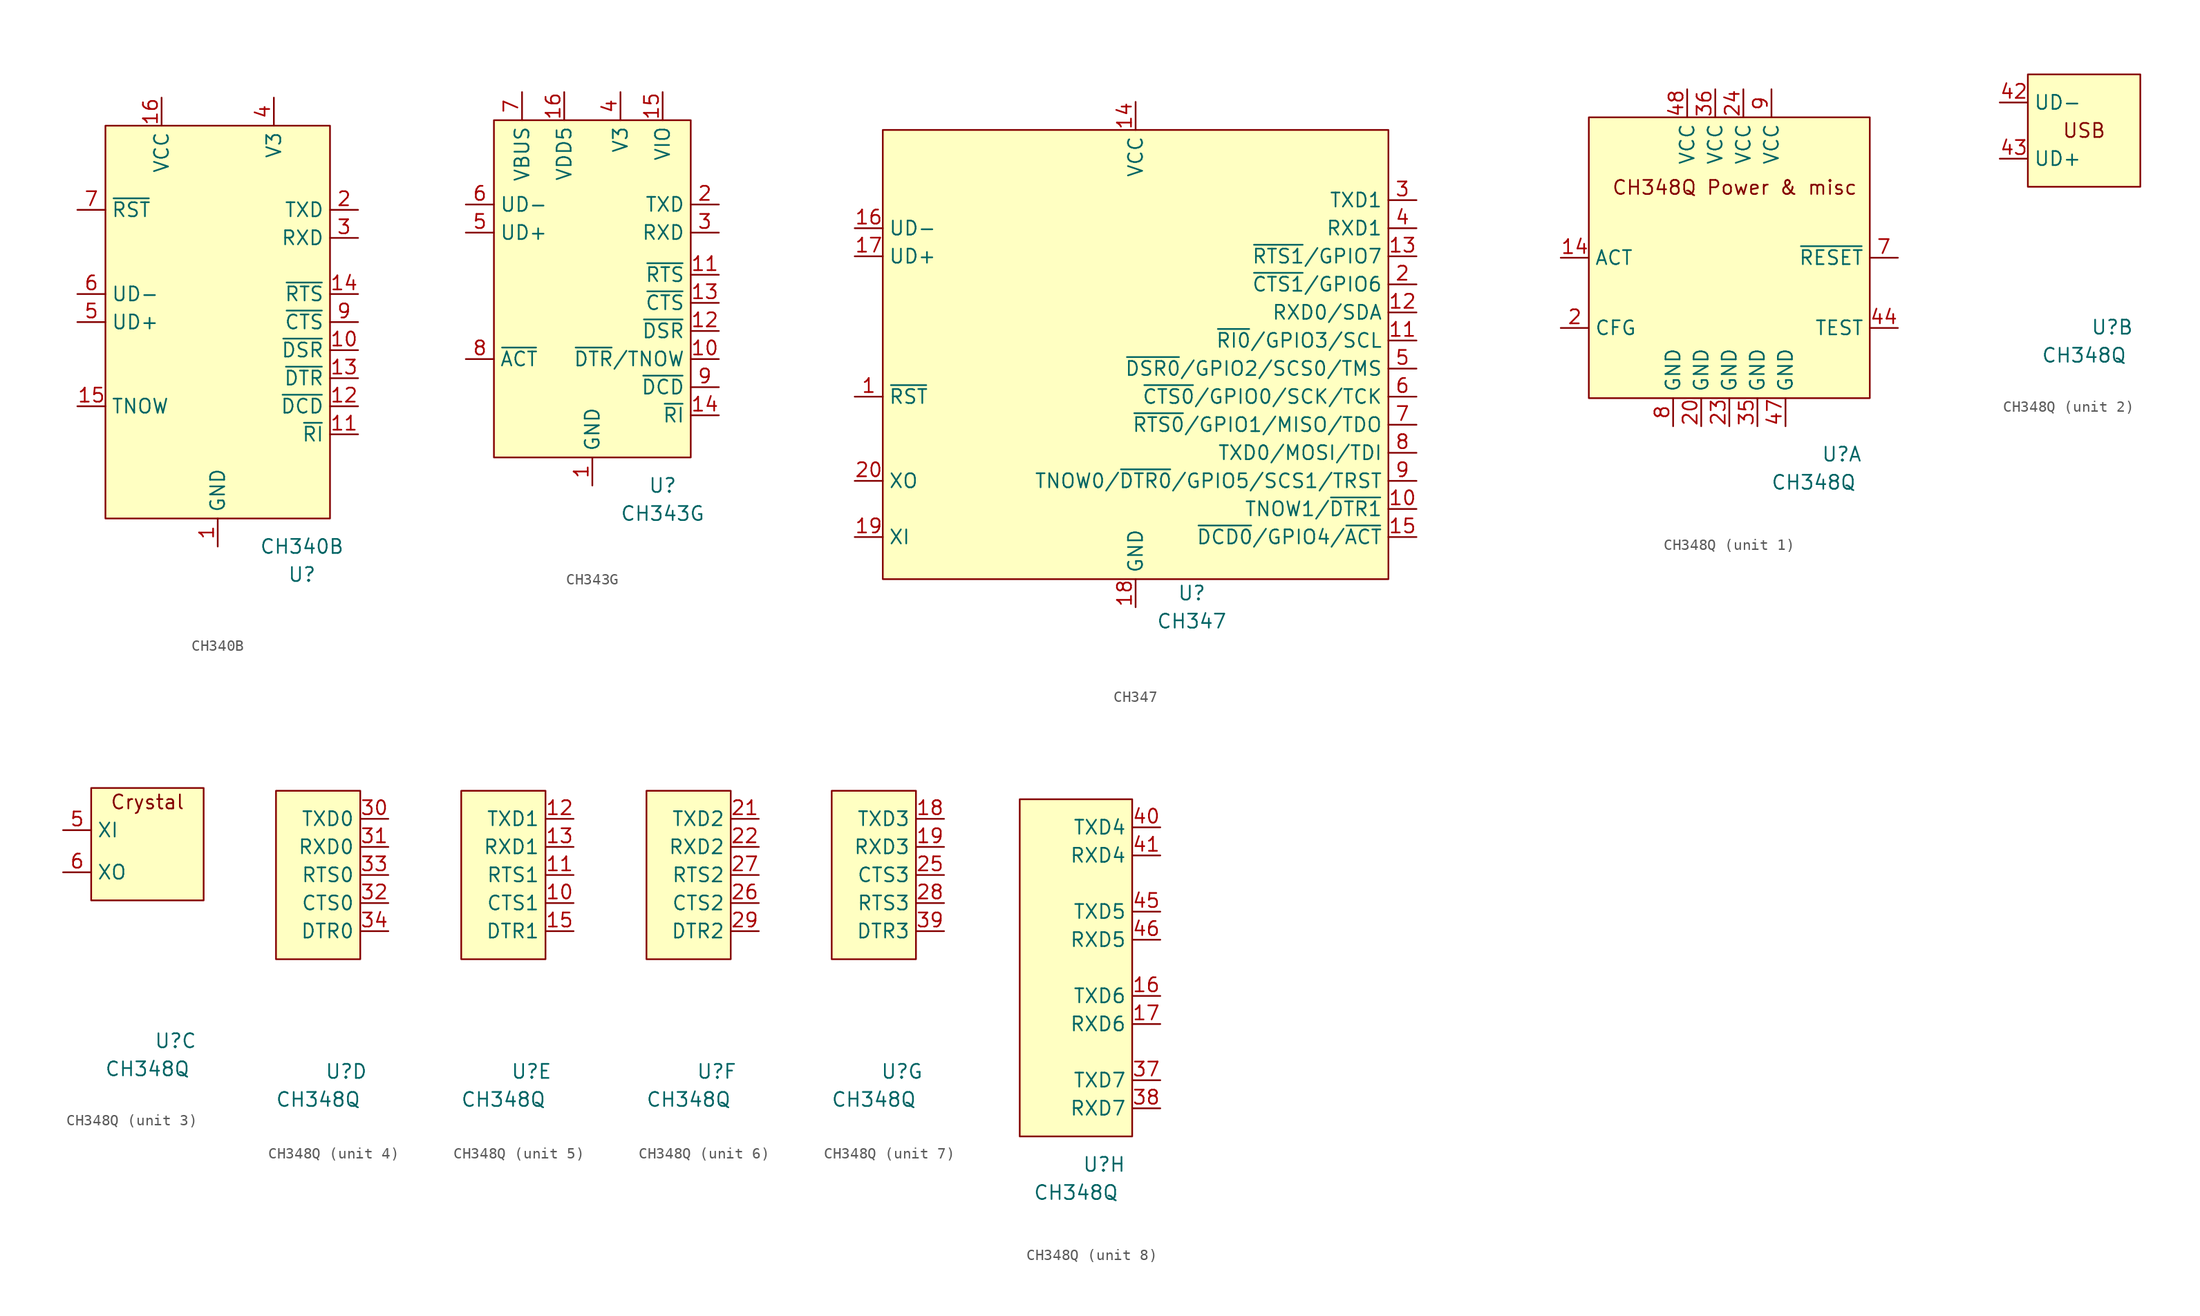
<source format=kicad_sym>
(kicad_symbol_lib
  (version 20211014)
  (generator kicad_symbol_editor)
  (symbol "CH340B"
    (property "Reference" "U"
      (at 7.62 -43.18 0)
      (effects (font (size 1.27 1.27))))
    (property "Value" "CH340B"
      (at 7.62 -40.64 0)
      (effects (font (size 1.27 1.27))))
    (symbol "CH340B_0_1"
      (rectangle (start -10.16 -2.54) (end 10.16 -38.1) (stroke (width 0.152) (type default) (color 0 0 0 0)) (fill (type background))))
    (symbol "CH340B_1_1"
      (pin passive line (at 0 -40.64 90) (length 2.54) (name "GND" (effects (font (size 1.27 1.27)))) (number "1" (effects (font (size 1.27 1.27)))))
      (pin input line (at 12.7 -22.86 180) (length 2.54) (name "~{DSR}" (effects (font (size 1.27 1.27)))) (number "10" (effects (font (size 1.27 1.27)))))
      (pin input line (at 12.7 -30.48 180) (length 2.54) (name "~{RI}" (effects (font (size 1.27 1.27)))) (number "11" (effects (font (size 1.27 1.27)))))
      (pin input line (at 12.7 -27.94 180) (length 2.54) (name "~{DCD}" (effects (font (size 1.27 1.27)))) (number "12" (effects (font (size 1.27 1.27)))))
      (pin output line (at 12.7 -25.4 180) (length 2.54) (name "~{DTR}" (effects (font (size 1.27 1.27)))) (number "13" (effects (font (size 1.27 1.27)))))
      (pin output line (at 12.7 -17.78 180) (length 2.54) (name "~{RTS}" (effects (font (size 1.27 1.27)))) (number "14" (effects (font (size 1.27 1.27)))))
      (pin output line (at -12.7 -27.94 0) (length 2.54) (name "TNOW" (effects (font (size 1.27 1.27)))) (number "15" (effects (font (size 1.27 1.27)))))
      (pin power_in line (at -5.08 0 270) (length 2.54) (name "VCC" (effects (font (size 1.27 1.27)))) (number "16" (effects (font (size 1.27 1.27)))))
      (pin output line (at 12.7 -10.16 180) (length 2.54) (name "TXD" (effects (font (size 1.27 1.27)))) (number "2" (effects (font (size 1.27 1.27)))))
      (pin input line (at 12.7 -12.7 180) (length 2.54) (name "RXD" (effects (font (size 1.27 1.27)))) (number "3" (effects (font (size 1.27 1.27)))))
      (pin power_out line (at 5.08 0 270) (length 2.54) (name "V3" (effects (font (size 1.27 1.27)))) (number "4" (effects (font (size 1.27 1.27)))) (alternate "V3" power_in line))
      (pin bidirectional line (at -12.7 -20.32 0) (length 2.54) (name "UD+" (effects (font (size 1.27 1.27)))) (number "5" (effects (font (size 1.27 1.27)))))
      (pin bidirectional line (at -12.7 -17.78 0) (length 2.54) (name "UD-" (effects (font (size 1.27 1.27)))) (number "6" (effects (font (size 1.27 1.27)))))
      (pin input line (at -12.7 -10.16 0) (length 2.54) (name "~{RST}" (effects (font (size 1.27 1.27)))) (number "7" (effects (font (size 1.27 1.27)))))
      (pin no_connect line (at 0 -20.32 90) (length 2.54) hide (name "NC" (effects (font (size 1.27 1.27)))) (number "8" (effects (font (size 1.27 1.27)))))
      (pin input line (at 12.7 -20.32 180) (length 2.54) (name "~{CTS}" (effects (font (size 1.27 1.27)))) (number "9" (effects (font (size 1.27 1.27)))))))
  (symbol "CH343G"
    (property "Reference" "U"
      (at 6.35 -17.78 0)
      (effects (font (size 1.27 1.27))))
    (property "Value" "CH343G"
      (at 6.35 -20.32 0)
      (effects (font (size 1.27 1.27))))
    (symbol "CH343G_0_1"
      (rectangle (start -8.89 15.24) (end 8.89 -15.24) (stroke (width 0.152) (type default) (color 0 0 0 0)) (fill (type background))))
    (symbol "CH343G_1_1"
      (pin passive line (at 0 -17.78 90) (length 2.54) (name "GND" (effects (font (size 1.27 1.27)))) (number "1" (effects (font (size 1.27 1.27)))))
      (pin output line (at 11.43 -6.35 180) (length 2.54) (name "~{DTR}/TNOW" (effects (font (size 1.27 1.27)))) (number "10" (effects (font (size 1.27 1.27)))))
      (pin output line (at 11.43 1.27 180) (length 2.54) (name "~{RTS}" (effects (font (size 1.27 1.27)))) (number "11" (effects (font (size 1.27 1.27)))))
      (pin input line (at 11.43 -3.81 180) (length 2.54) (name "~{DSR}" (effects (font (size 1.27 1.27)))) (number "12" (effects (font (size 1.27 1.27)))))
      (pin input line (at 11.43 -1.27 180) (length 2.54) (name "~{CTS}" (effects (font (size 1.27 1.27)))) (number "13" (effects (font (size 1.27 1.27)))))
      (pin input line (at 11.43 -11.43 180) (length 2.54) (name "~{RI}" (effects (font (size 1.27 1.27)))) (number "14" (effects (font (size 1.27 1.27)))))
      (pin power_in line (at 6.35 17.78 270) (length 2.54) (name "VIO" (effects (font (size 1.27 1.27)))) (number "15" (effects (font (size 1.27 1.27)))))
      (pin power_in line (at -2.54 17.78 270) (length 2.54) (name "VDD5" (effects (font (size 1.27 1.27)))) (number "16" (effects (font (size 1.27 1.27)))))
      (pin output line (at 11.43 7.62 180) (length 2.54) (name "TXD" (effects (font (size 1.27 1.27)))) (number "2" (effects (font (size 1.27 1.27)))))
      (pin input line (at 11.43 5.08 180) (length 2.54) (name "RXD" (effects (font (size 1.27 1.27)))) (number "3" (effects (font (size 1.27 1.27)))))
      (pin power_in line (at 2.54 17.78 270) (length 2.54) (name "V3" (effects (font (size 1.27 1.27)))) (number "4" (effects (font (size 1.27 1.27)))) (alternate "V3" power_out line))
      (pin bidirectional line (at -11.43 5.08 0) (length 2.54) (name "UD+" (effects (font (size 1.27 1.27)))) (number "5" (effects (font (size 1.27 1.27)))))
      (pin bidirectional line (at -11.43 7.62 0) (length 2.54) (name "UD-" (effects (font (size 1.27 1.27)))) (number "6" (effects (font (size 1.27 1.27)))))
      (pin input line (at -6.35 17.78 270) (length 2.54) (name "VBUS" (effects (font (size 1.27 1.27)))) (number "7" (effects (font (size 1.27 1.27)))))
      (pin output line (at -11.43 -6.35 0) (length 2.54) (name "~{ACT}" (effects (font (size 1.27 1.27)))) (number "8" (effects (font (size 1.27 1.27)))))
      (pin input line (at 11.43 -8.89 180) (length 2.54) (name "~{DCD}" (effects (font (size 1.27 1.27)))) (number "9" (effects (font (size 1.27 1.27)))))))
  (symbol "CH347"
    (property "Reference" "U"
      (at 5.08 -17.78 0)
      (effects (font (size 1.27 1.27))))
    (property "Value" "CH347"
      (at 5.08 -20.32 0)
      (effects (font (size 1.27 1.27))))
    (symbol "CH347_0_0"
      (rectangle (start -22.86 24.13) (end 22.86 -16.51) (stroke (width 0.152) (type default) (color 0 0 0 0)) (fill (type background))))
    (symbol "CH347_1_1"
      (pin passive line (at -25.4 0 0) (length 2.54) (name "~{RST}" (effects (font (size 1.27 1.27)))) (number "1" (effects (font (size 1.27 1.27)))))
      (pin bidirectional line (at 25.4 -10.16 180) (length 2.54) (name "TNOW1/~{DTR1}" (effects (font (size 1.27 1.27)))) (number "10" (effects (font (size 1.27 1.27)))))
      (pin bidirectional line (at 25.4 5.08 180) (length 2.54) (name "~{RI0}/GPIO3/SCL" (effects (font (size 1.27 1.27)))) (number "11" (effects (font (size 1.27 1.27)))))
      (pin bidirectional line (at 25.4 7.62 180) (length 2.54) (name "RXD0/SDA" (effects (font (size 1.27 1.27)))) (number "12" (effects (font (size 1.27 1.27)))))
      (pin bidirectional line (at 25.4 12.7 180) (length 2.54) (name "~{RTS1}/GPIO7" (effects (font (size 1.27 1.27)))) (number "13" (effects (font (size 1.27 1.27)))))
      (pin power_in line (at 0 26.67 270) (length 2.54) (name "VCC" (effects (font (size 1.27 1.27)))) (number "14" (effects (font (size 1.27 1.27)))))
      (pin bidirectional line (at 25.4 -12.7 180) (length 2.54) (name "~{DCD0}/GPIO4/~{ACT}" (effects (font (size 1.27 1.27)))) (number "15" (effects (font (size 1.27 1.27)))))
      (pin bidirectional line (at -25.4 15.24 0) (length 2.54) (name "UD-" (effects (font (size 1.27 1.27)))) (number "16" (effects (font (size 1.27 1.27)))))
      (pin bidirectional line (at -25.4 12.7 0) (length 2.54) (name "UD+" (effects (font (size 1.27 1.27)))) (number "17" (effects (font (size 1.27 1.27)))))
      (pin passive line (at 0 -19.05 90) (length 2.54) (name "GND" (effects (font (size 1.27 1.27)))) (number "18" (effects (font (size 1.27 1.27)))))
      (pin input line (at -25.4 -12.7 0) (length 2.54) (name "XI" (effects (font (size 1.27 1.27)))) (number "19" (effects (font (size 1.27 1.27)))))
      (pin bidirectional line (at 25.4 10.16 180) (length 2.54) (name "~{CTS1}/GPIO6" (effects (font (size 1.27 1.27)))) (number "2" (effects (font (size 1.27 1.27)))))
      (pin output line (at -25.4 -7.62 0) (length 2.54) (name "XO" (effects (font (size 1.27 1.27)))) (number "20" (effects (font (size 1.27 1.27)))))
      (pin output line (at 25.4 17.78 180) (length 2.54) (name "TXD1" (effects (font (size 1.27 1.27)))) (number "3" (effects (font (size 1.27 1.27)))))
      (pin output line (at 25.4 15.24 180) (length 2.54) (name "RXD1" (effects (font (size 1.27 1.27)))) (number "4" (effects (font (size 1.27 1.27)))))
      (pin bidirectional line (at 25.4 2.54 180) (length 2.54) (name "~{DSR0}/GPIO2/SCS0/TMS" (effects (font (size 1.27 1.27)))) (number "5" (effects (font (size 1.27 1.27)))))
      (pin bidirectional line (at 25.4 0 180) (length 2.54) (name "~{CTS0}/GPIO0/SCK/TCK" (effects (font (size 1.27 1.27)))) (number "6" (effects (font (size 1.27 1.27)))))
      (pin bidirectional line (at 25.4 -2.54 180) (length 2.54) (name "~{RTS0}/GPIO1/MISO/TDO" (effects (font (size 1.27 1.27)))) (number "7" (effects (font (size 1.27 1.27)))))
      (pin bidirectional line (at 25.4 -5.08 180) (length 2.54) (name "TXD0/MOSI/TDI" (effects (font (size 1.27 1.27)))) (number "8" (effects (font (size 1.27 1.27)))))
      (pin bidirectional line (at 25.4 -7.62 180) (length 2.54) (name "TNOW0/~{DTR0}/GPIO5/SCS1/TRST" (effects (font (size 1.27 1.27)))) (number "9" (effects (font (size 1.27 1.27)))))))
  (symbol "CH348Q"
    (property "Reference" "U"
      (at 2.54 -17.78 0)
      (effects (font (size 1.27 1.27))))
    (property "Value" "CH348Q"
      (at 0 -20.32 0)
      (effects (font (size 1.27 1.27))))
    (property "ki_locked" ""
      (at 0 0 0)
      (effects (font (size 1.27 1.27))))
    (symbol "CH348Q_1_1"
      (rectangle (start -20.32 12.7) (end 5.08 -12.7) (stroke (width 0.152) (type default) (color 0 0 0 0)) (fill (type background)))
      (text " CH348Q Power & misc" (at -7.62 6.35 0) (effects (font (size 1.27 1.27))))
      (pin no_connect line (at -7.62 2.54 0) (length 2.54) hide (name "NC" (effects (font (size 1.27 1.27)))) (number "1" (effects (font (size 1.27 1.27)))))
      (pin output line (at -22.86 0 0) (length 2.54) (name "ACT" (effects (font (size 1.27 1.27)))) (number "14" (effects (font (size 1.27 1.27)))))
      (pin input line (at -22.86 -6.35 0) (length 2.54) (name "CFG" (effects (font (size 1.27 1.27)))) (number "2" (effects (font (size 1.27 1.27)))))
      (pin passive line (at -10.16 -15.24 90) (length 2.54) (name "GND" (effects (font (size 1.27 1.27)))) (number "20" (effects (font (size 1.27 1.27)))))
      (pin passive line (at -7.62 -15.24 90) (length 2.54) (name "GND" (effects (font (size 1.27 1.27)))) (number "23" (effects (font (size 1.27 1.27)))))
      (pin power_in line (at -6.35 15.24 270) (length 2.54) (name "VCC" (effects (font (size 1.27 1.27)))) (number "24" (effects (font (size 1.27 1.27)))))
      (pin no_connect line (at -7.62 -2.54 0) (length 2.54) hide (name "NC" (effects (font (size 1.27 1.27)))) (number "3" (effects (font (size 1.27 1.27)))))
      (pin passive line (at -5.08 -15.24 90) (length 2.54) (name "GND" (effects (font (size 1.27 1.27)))) (number "35" (effects (font (size 1.27 1.27)))))
      (pin power_in line (at -8.89 15.24 270) (length 2.54) (name "VCC" (effects (font (size 1.27 1.27)))) (number "36" (effects (font (size 1.27 1.27)))))
      (pin no_connect line (at -7.62 -5.08 0) (length 2.54) hide (name "NC" (effects (font (size 1.27 1.27)))) (number "4" (effects (font (size 1.27 1.27)))))
      (pin input line (at 7.62 -6.35 180) (length 2.54) (name "TEST" (effects (font (size 1.27 1.27)))) (number "44" (effects (font (size 1.27 1.27)))))
      (pin passive line (at -2.54 -15.24 90) (length 2.54) (name "GND" (effects (font (size 1.27 1.27)))) (number "47" (effects (font (size 1.27 1.27)))))
      (pin power_in line (at -11.43 15.24 270) (length 2.54) (name "VCC" (effects (font (size 1.27 1.27)))) (number "48" (effects (font (size 1.27 1.27)))))
      (pin input line (at 7.62 0 180) (length 2.54) (name "~{RESET}" (effects (font (size 1.27 1.27)))) (number "7" (effects (font (size 1.27 1.27)))))
      (pin passive line (at -12.7 -15.24 90) (length 2.54) (name "GND" (effects (font (size 1.27 1.27)))) (number "8" (effects (font (size 1.27 1.27)))))
      (pin power_in line (at -3.81 15.24 270) (length 2.54) (name "VCC" (effects (font (size 1.27 1.27)))) (number "9" (effects (font (size 1.27 1.27))))))
    (symbol "CH348Q_2_0"
      (text "USB" (at 0 0 0) (effects (font (size 1.27 1.27)))))
    (symbol "CH348Q_2_1"
      (rectangle (start -5.08 5.08) (end 5.08 -5.08) (stroke (width 0.152) (type default) (color 0 0 0 0)) (fill (type background)))
      (pin bidirectional line (at -7.62 2.54 0) (length 2.54) (name "UD-" (effects (font (size 1.27 1.27)))) (number "42" (effects (font (size 1.27 1.27)))))
      (pin bidirectional line (at -7.62 -2.54 0) (length 2.54) (name "UD+" (effects (font (size 1.27 1.27)))) (number "43" (effects (font (size 1.27 1.27))))))
    (symbol "CH348Q_3_0"
      (rectangle (start -5.08 5.08) (end 5.08 -5.08) (stroke (width 0.152) (type default) (color 0 0 0 0)) (fill (type background)))
      (text "Crystal" (at 0 3.81 0) (effects (font (size 1.27 1.27)))))
    (symbol "CH348Q_3_1"
      (pin input line (at -7.62 1.27 0) (length 2.54) (name "XI" (effects (font (size 1.27 1.27)))) (number "5" (effects (font (size 1.27 1.27)))))
      (pin input line (at -7.62 -2.54 0) (length 2.54) (name "XO" (effects (font (size 1.27 1.27)))) (number "6" (effects (font (size 1.27 1.27))))))
    (symbol "CH348Q_4_1"
      (rectangle (start -3.81 7.62) (end 3.81 -7.62) (stroke (width 0.152) (type default) (color 0 0 0 0)) (fill (type background)))
      (pin output line (at 6.35 5.08 180) (length 2.54) (name "TXD0" (effects (font (size 1.27 1.27)))) (number "30" (effects (font (size 1.27 1.27)))))
      (pin input line (at 6.35 2.54 180) (length 2.54) (name "RXD0" (effects (font (size 1.27 1.27)))) (number "31" (effects (font (size 1.27 1.27)))))
      (pin input line (at 6.35 -2.54 180) (length 2.54) (name "CTS0" (effects (font (size 1.27 1.27)))) (number "32" (effects (font (size 1.27 1.27)))))
      (pin output line (at 6.35 0 180) (length 2.54) (name "RTS0" (effects (font (size 1.27 1.27)))) (number "33" (effects (font (size 1.27 1.27)))))
      (pin output line (at 6.35 -5.08 180) (length 2.54) (name "DTR0" (effects (font (size 1.27 1.27)))) (number "34" (effects (font (size 1.27 1.27))))))
    (symbol "CH348Q_5_1"
      (rectangle (start -3.81 7.62) (end 3.81 -7.62) (stroke (width 0.152) (type default) (color 0 0 0 0)) (fill (type background)))
      (pin input line (at 6.35 -2.54 180) (length 2.54) (name "CTS1" (effects (font (size 1.27 1.27)))) (number "10" (effects (font (size 1.27 1.27)))))
      (pin output line (at 6.35 0 180) (length 2.54) (name "RTS1" (effects (font (size 1.27 1.27)))) (number "11" (effects (font (size 1.27 1.27)))))
      (pin output line (at 6.35 5.08 180) (length 2.54) (name "TXD1" (effects (font (size 1.27 1.27)))) (number "12" (effects (font (size 1.27 1.27)))))
      (pin input line (at 6.35 2.54 180) (length 2.54) (name "RXD1" (effects (font (size 1.27 1.27)))) (number "13" (effects (font (size 1.27 1.27)))))
      (pin output line (at 6.35 -5.08 180) (length 2.54) (name "DTR1" (effects (font (size 1.27 1.27)))) (number "15" (effects (font (size 1.27 1.27))))))
    (symbol "CH348Q_6_1"
      (rectangle (start -3.81 7.62) (end 3.81 -7.62) (stroke (width 0.152) (type default) (color 0 0 0 0)) (fill (type background)))
      (pin output line (at 6.35 5.08 180) (length 2.54) (name "TXD2" (effects (font (size 1.27 1.27)))) (number "21" (effects (font (size 1.27 1.27)))))
      (pin input line (at 6.35 2.54 180) (length 2.54) (name "RXD2" (effects (font (size 1.27 1.27)))) (number "22" (effects (font (size 1.27 1.27)))))
      (pin input line (at 6.35 -2.54 180) (length 2.54) (name "CTS2" (effects (font (size 1.27 1.27)))) (number "26" (effects (font (size 1.27 1.27)))))
      (pin output line (at 6.35 0 180) (length 2.54) (name "RTS2" (effects (font (size 1.27 1.27)))) (number "27" (effects (font (size 1.27 1.27)))))
      (pin output line (at 6.35 -5.08 180) (length 2.54) (name "DTR2" (effects (font (size 1.27 1.27)))) (number "29" (effects (font (size 1.27 1.27))))))
    (symbol "CH348Q_7_1"
      (rectangle (start -3.81 7.62) (end 3.81 -7.62) (stroke (width 0.152) (type default) (color 0 0 0 0)) (fill (type background)))
      (pin output line (at 6.35 5.08 180) (length 2.54) (name "TXD3" (effects (font (size 1.27 1.27)))) (number "18" (effects (font (size 1.27 1.27)))))
      (pin input line (at 6.35 2.54 180) (length 2.54) (name "RXD3" (effects (font (size 1.27 1.27)))) (number "19" (effects (font (size 1.27 1.27)))))
      (pin input line (at 6.35 0 180) (length 2.54) (name "CTS3" (effects (font (size 1.27 1.27)))) (number "25" (effects (font (size 1.27 1.27)))))
      (pin output line (at 6.35 -2.54 180) (length 2.54) (name "RTS3" (effects (font (size 1.27 1.27)))) (number "28" (effects (font (size 1.27 1.27)))))
      (pin output line (at 6.35 -5.08 180) (length 2.54) (name "DTR3" (effects (font (size 1.27 1.27)))) (number "39" (effects (font (size 1.27 1.27))))))
    (symbol "CH348Q_8_1"
      (rectangle (start 5.08 -15.24) (end -5.08 15.24) (stroke (width 0.152) (type default) (color 0 0 0 0)) (fill (type background)))
      (pin output line (at 7.62 -2.54 180) (length 2.54) (name "TXD6" (effects (font (size 1.27 1.27)))) (number "16" (effects (font (size 1.27 1.27)))))
      (pin input line (at 7.62 -5.08 180) (length 2.54) (name "RXD6" (effects (font (size 1.27 1.27)))) (number "17" (effects (font (size 1.27 1.27)))))
      (pin output line (at 7.62 -10.16 180) (length 2.54) (name "TXD7" (effects (font (size 1.27 1.27)))) (number "37" (effects (font (size 1.27 1.27)))))
      (pin input line (at 7.62 -12.7 180) (length 2.54) (name "RXD7" (effects (font (size 1.27 1.27)))) (number "38" (effects (font (size 1.27 1.27)))))
      (pin output line (at 7.62 12.7 180) (length 2.54) (name "TXD4" (effects (font (size 1.27 1.27)))) (number "40" (effects (font (size 1.27 1.27)))))
      (pin input line (at 7.62 10.16 180) (length 2.54) (name "RXD4" (effects (font (size 1.27 1.27)))) (number "41" (effects (font (size 1.27 1.27)))))
      (pin output line (at 7.62 5.08 180) (length 2.54) (name "TXD5" (effects (font (size 1.27 1.27)))) (number "45" (effects (font (size 1.27 1.27)))))
      (pin input line (at 7.62 2.54 180) (length 2.54) (name "RXD5" (effects (font (size 1.27 1.27)))) (number "46" (effects (font (size 1.27 1.27))))))))
</source>
